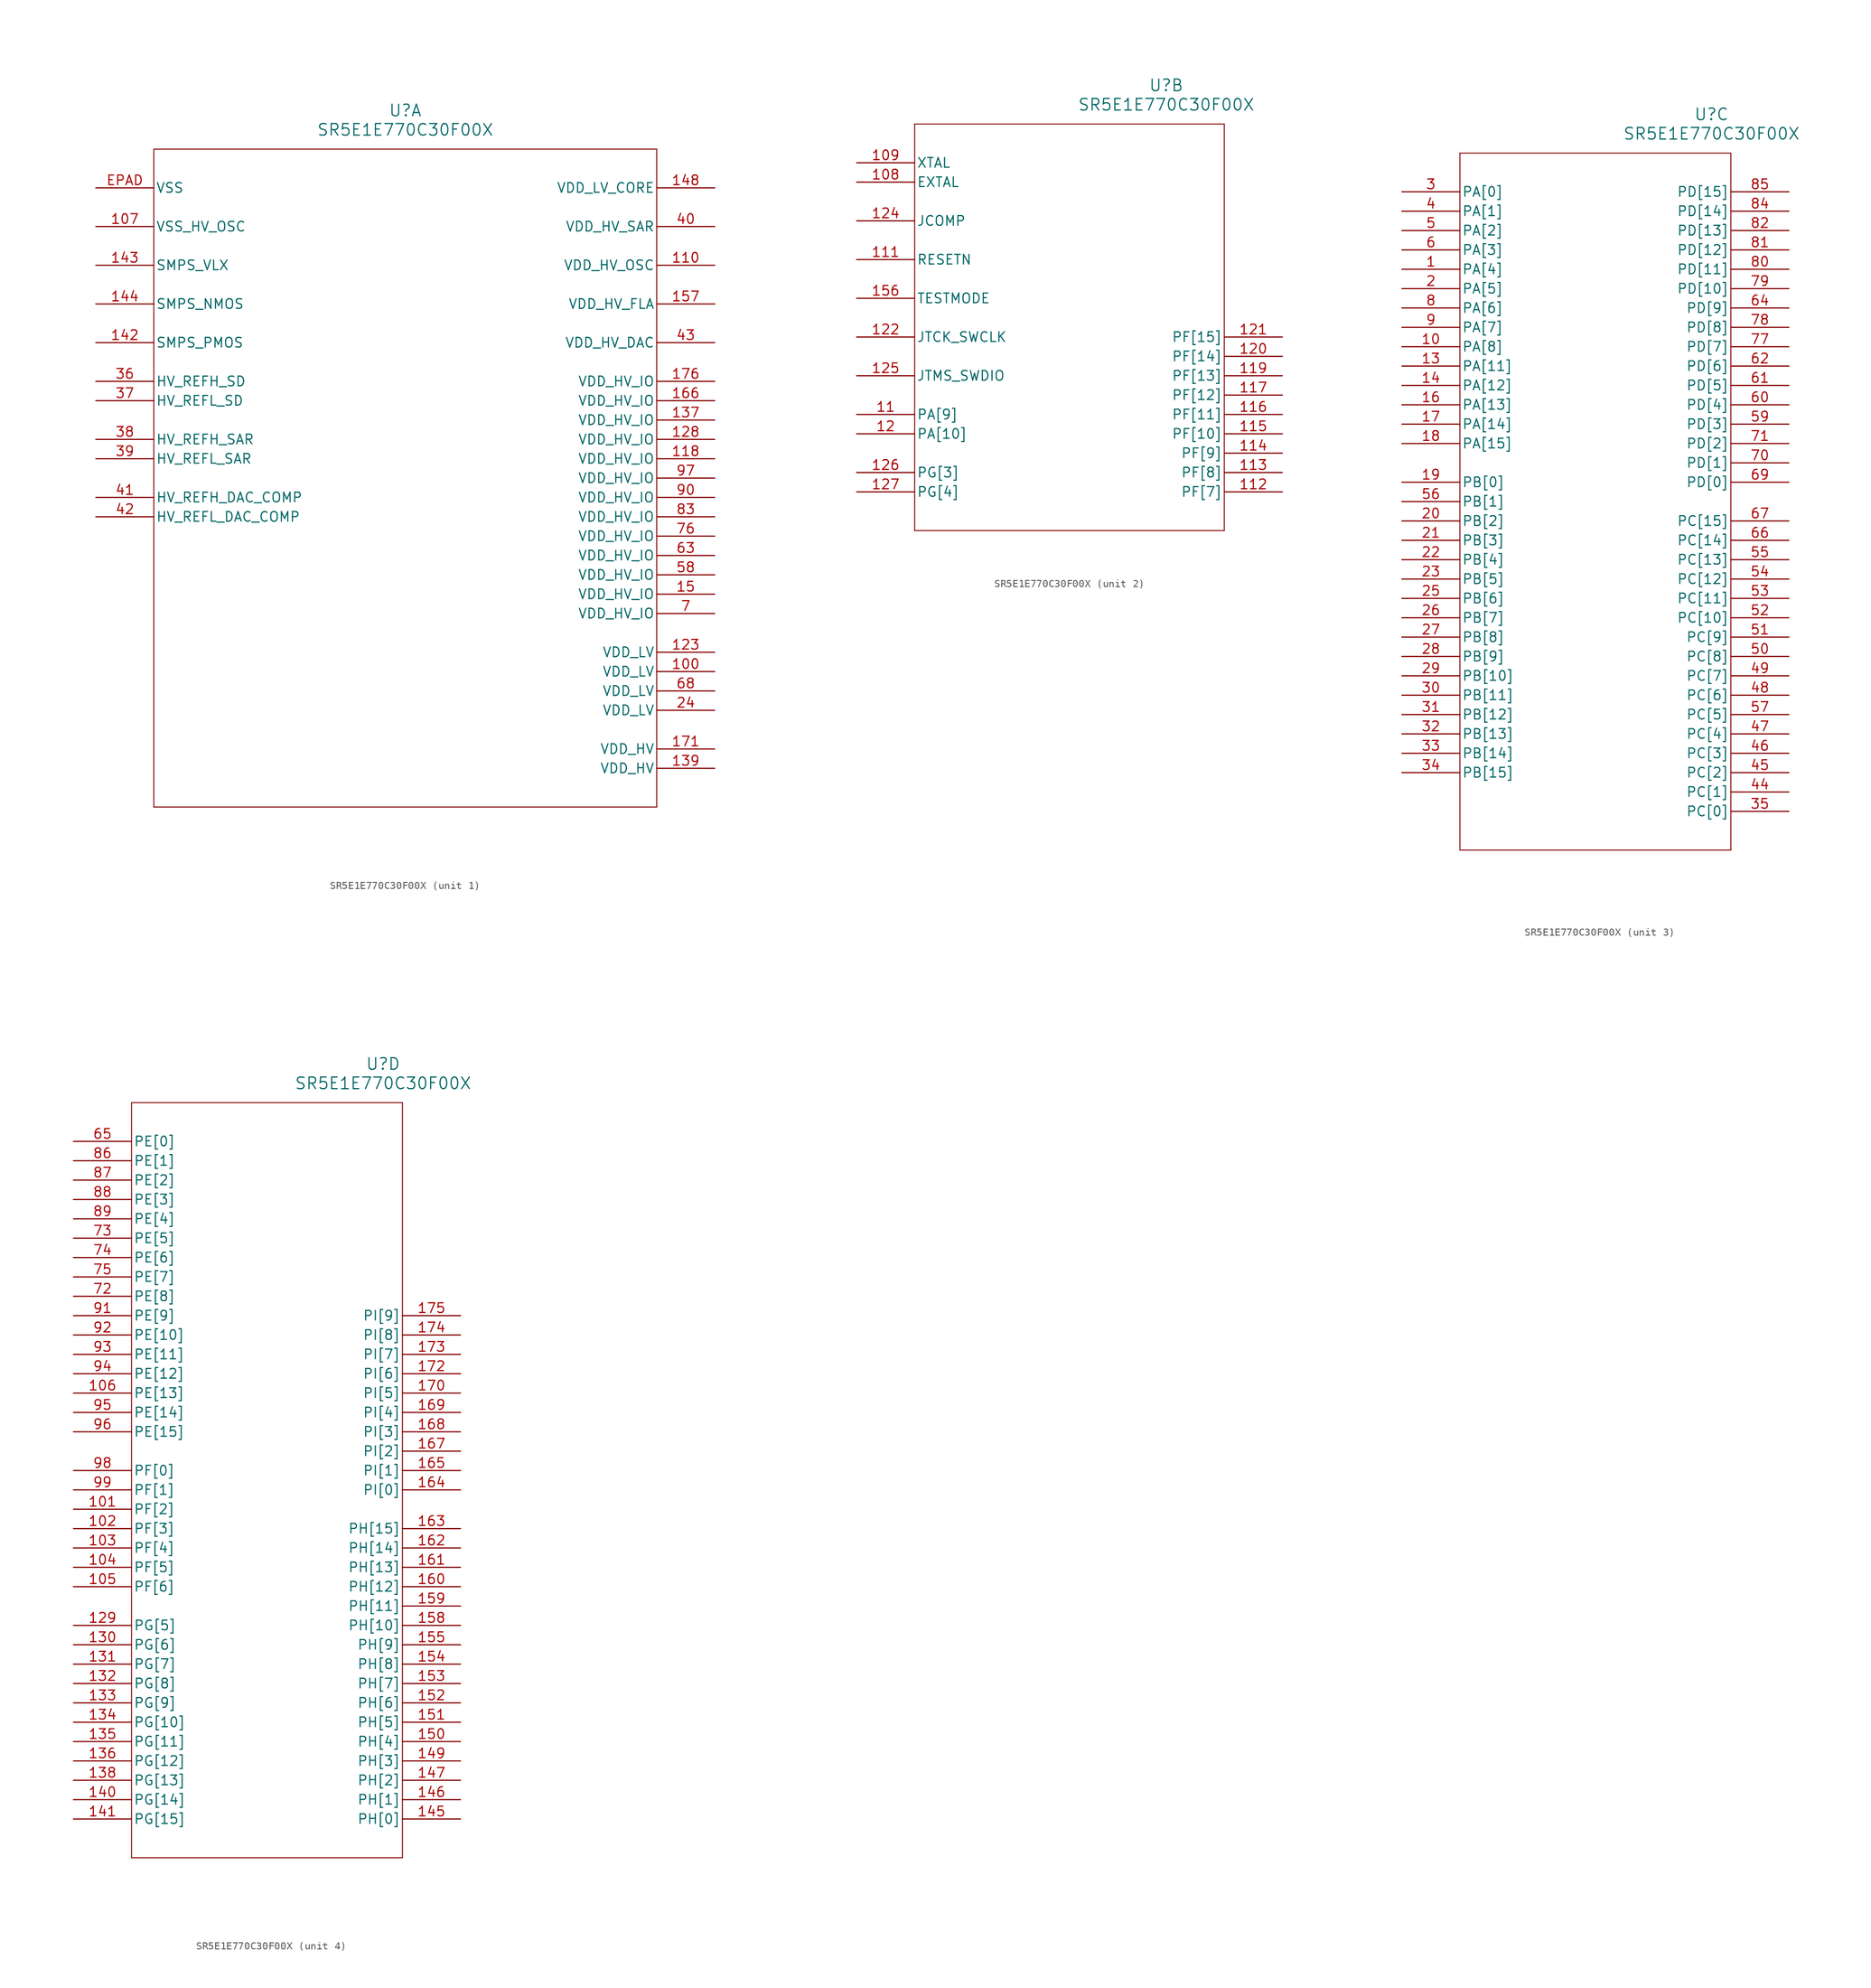
<source format=kicad_sym>
(kicad_symbol_lib
  (version 20211014)
  (generator kicad_symbol_editor)
  (symbol "SR5E1E770C30F00X"
    (pin_names
      (offset 0.254))
    (property "Reference" "U"
      (at 40.64 10.16 0)
      (effects (font (size 1.524 1.524))))
    (property "Value" "SR5E1E770C30F00X"
      (at 40.64 7.62 0)
      (effects (font (size 1.524 1.524))))
    (symbol "SR5E1E770C30F00X_1_1"
      (polyline (pts (xy 7.62 5.08) (xy 7.62 -81.28)) (stroke (width 0.127) (type default) (color 0 0 0 0)) (fill (type none)))
      (polyline (pts (xy 7.62 -81.28) (xy 73.66 -81.28)) (stroke (width 0.127) (type default) (color 0 0 0 0)) (fill (type none)))
      (polyline (pts (xy 73.66 -81.28) (xy 73.66 5.08)) (stroke (width 0.127) (type default) (color 0 0 0 0)) (fill (type none)))
      (polyline (pts (xy 73.66 5.08) (xy 7.62 5.08)) (stroke (width 0.127) (type default) (color 0 0 0 0)) (fill (type none)))
      (pin power_in line (at 81.28 -55.88 180) (length 7.62) (name "VDD_HV_IO" (effects (font (size 1.27 1.27)))) (number "7" (effects (font (size 1.27 1.27)))))
      (pin power_in line (at 81.28 -53.34 180) (length 7.62) (name "VDD_HV_IO" (effects (font (size 1.27 1.27)))) (number "15" (effects (font (size 1.27 1.27)))))
      (pin power_in line (at 81.28 -68.58 180) (length 7.62) (name "VDD_LV" (effects (font (size 1.27 1.27)))) (number "24" (effects (font (size 1.27 1.27)))))
      (pin power_in line (at 0 -25.4 0) (length 7.62) (name "HV_REFH_SD" (effects (font (size 1.27 1.27)))) (number "36" (effects (font (size 1.27 1.27)))))
      (pin power_in line (at 0 -27.94 0) (length 7.62) (name "HV_REFL_SD" (effects (font (size 1.27 1.27)))) (number "37" (effects (font (size 1.27 1.27)))))
      (pin power_in line (at 0 -33.02 0) (length 7.62) (name "HV_REFH_SAR" (effects (font (size 1.27 1.27)))) (number "38" (effects (font (size 1.27 1.27)))))
      (pin power_in line (at 0 -35.56 0) (length 7.62) (name "HV_REFL_SAR" (effects (font (size 1.27 1.27)))) (number "39" (effects (font (size 1.27 1.27)))))
      (pin power_in line (at 81.28 -5.08 180) (length 7.62) (name "VDD_HV_SAR" (effects (font (size 1.27 1.27)))) (number "40" (effects (font (size 1.27 1.27)))))
      (pin power_in line (at 0 -40.64 0) (length 7.62) (name "HV_REFH_DAC_COMP" (effects (font (size 1.27 1.27)))) (number "41" (effects (font (size 1.27 1.27)))))
      (pin power_in line (at 0 -43.18 0) (length 7.62) (name "HV_REFL_DAC_COMP" (effects (font (size 1.27 1.27)))) (number "42" (effects (font (size 1.27 1.27)))))
      (pin power_in line (at 81.28 -20.32 180) (length 7.62) (name "VDD_HV_DAC" (effects (font (size 1.27 1.27)))) (number "43" (effects (font (size 1.27 1.27)))))
      (pin power_in line (at 81.28 -50.8 180) (length 7.62) (name "VDD_HV_IO" (effects (font (size 1.27 1.27)))) (number "58" (effects (font (size 1.27 1.27)))))
      (pin power_in line (at 81.28 -48.26 180) (length 7.62) (name "VDD_HV_IO" (effects (font (size 1.27 1.27)))) (number "63" (effects (font (size 1.27 1.27)))))
      (pin power_in line (at 81.28 -66.04 180) (length 7.62) (name "VDD_LV" (effects (font (size 1.27 1.27)))) (number "68" (effects (font (size 1.27 1.27)))))
      (pin power_in line (at 81.28 -45.72 180) (length 7.62) (name "VDD_HV_IO" (effects (font (size 1.27 1.27)))) (number "76" (effects (font (size 1.27 1.27)))))
      (pin power_in line (at 81.28 -43.18 180) (length 7.62) (name "VDD_HV_IO" (effects (font (size 1.27 1.27)))) (number "83" (effects (font (size 1.27 1.27)))))
      (pin power_in line (at 81.28 -40.64 180) (length 7.62) (name "VDD_HV_IO" (effects (font (size 1.27 1.27)))) (number "90" (effects (font (size 1.27 1.27)))))
      (pin power_in line (at 81.28 -38.1 180) (length 7.62) (name "VDD_HV_IO" (effects (font (size 1.27 1.27)))) (number "97" (effects (font (size 1.27 1.27)))))
      (pin power_in line (at 81.28 -63.5 180) (length 7.62) (name "VDD_LV" (effects (font (size 1.27 1.27)))) (number "100" (effects (font (size 1.27 1.27)))))
      (pin power_in line (at 0 -5.08 0) (length 7.62) (name "VSS_HV_OSC" (effects (font (size 1.27 1.27)))) (number "107" (effects (font (size 1.27 1.27)))))
      (pin power_in line (at 81.28 -10.16 180) (length 7.62) (name "VDD_HV_OSC" (effects (font (size 1.27 1.27)))) (number "110" (effects (font (size 1.27 1.27)))))
      (pin power_in line (at 81.28 -35.56 180) (length 7.62) (name "VDD_HV_IO" (effects (font (size 1.27 1.27)))) (number "118" (effects (font (size 1.27 1.27)))))
      (pin power_in line (at 81.28 -60.96 180) (length 7.62) (name "VDD_LV" (effects (font (size 1.27 1.27)))) (number "123" (effects (font (size 1.27 1.27)))))
      (pin power_in line (at 81.28 -33.02 180) (length 7.62) (name "VDD_HV_IO" (effects (font (size 1.27 1.27)))) (number "128" (effects (font (size 1.27 1.27)))))
      (pin power_in line (at 81.28 -30.48 180) (length 7.62) (name "VDD_HV_IO" (effects (font (size 1.27 1.27)))) (number "137" (effects (font (size 1.27 1.27)))))
      (pin power_in line (at 81.28 -76.2 180) (length 7.62) (name "VDD_HV" (effects (font (size 1.27 1.27)))) (number "139" (effects (font (size 1.27 1.27)))))
      (pin unspecified line (at 0 -20.32 0) (length 7.62) (name "SMPS_PMOS" (effects (font (size 1.27 1.27)))) (number "142" (effects (font (size 1.27 1.27)))))
      (pin unspecified line (at 0 -10.16 0) (length 7.62) (name "SMPS_VLX" (effects (font (size 1.27 1.27)))) (number "143" (effects (font (size 1.27 1.27)))))
      (pin unspecified line (at 0 -15.24 0) (length 7.62) (name "SMPS_NMOS" (effects (font (size 1.27 1.27)))) (number "144" (effects (font (size 1.27 1.27)))))
      (pin power_in line (at 81.28 0 180) (length 7.62) (name "VDD_LV_CORE" (effects (font (size 1.27 1.27)))) (number "148" (effects (font (size 1.27 1.27)))))
      (pin power_in line (at 81.28 -15.24 180) (length 7.62) (name "VDD_HV_FLA" (effects (font (size 1.27 1.27)))) (number "157" (effects (font (size 1.27 1.27)))))
      (pin power_in line (at 81.28 -27.94 180) (length 7.62) (name "VDD_HV_IO" (effects (font (size 1.27 1.27)))) (number "166" (effects (font (size 1.27 1.27)))))
      (pin power_in line (at 81.28 -73.66 180) (length 7.62) (name "VDD_HV" (effects (font (size 1.27 1.27)))) (number "171" (effects (font (size 1.27 1.27)))))
      (pin power_in line (at 81.28 -25.4 180) (length 7.62) (name "VDD_HV_IO" (effects (font (size 1.27 1.27)))) (number "176" (effects (font (size 1.27 1.27)))))
      (pin power_in line (at 0 0 0) (length 7.62) (name "VSS" (effects (font (size 1.27 1.27)))) (number "EPAD" (effects (font (size 1.27 1.27))))))
    (symbol "SR5E1E770C30F00X_2_1"
      (polyline (pts (xy 7.62 5.08) (xy 7.62 -48.26)) (stroke (width 0.127) (type default) (color 0 0 0 0)) (fill (type none)))
      (polyline (pts (xy 7.62 -48.26) (xy 48.26 -48.26)) (stroke (width 0.127) (type default) (color 0 0 0 0)) (fill (type none)))
      (polyline (pts (xy 48.26 -48.26) (xy 48.26 5.08)) (stroke (width 0.127) (type default) (color 0 0 0 0)) (fill (type none)))
      (polyline (pts (xy 48.26 5.08) (xy 7.62 5.08)) (stroke (width 0.127) (type default) (color 0 0 0 0)) (fill (type none)))
      (pin bidirectional line (at 0 -33.02 0) (length 7.62) (name "PA[9]" (effects (font (size 1.27 1.27)))) (number "11" (effects (font (size 1.27 1.27)))))
      (pin bidirectional line (at 0 -35.56 0) (length 7.62) (name "PA[10]" (effects (font (size 1.27 1.27)))) (number "12" (effects (font (size 1.27 1.27)))))
      (pin bidirectional line (at 0 -2.54 0) (length 7.62) (name "EXTAL" (effects (font (size 1.27 1.27)))) (number "108" (effects (font (size 1.27 1.27)))))
      (pin input line (at 0 0 0) (length 7.62) (name "XTAL" (effects (font (size 1.27 1.27)))) (number "109" (effects (font (size 1.27 1.27)))))
      (pin input line (at 0 -12.7 0) (length 7.62) (name "RESETN" (effects (font (size 1.27 1.27)))) (number "111" (effects (font (size 1.27 1.27)))))
      (pin bidirectional line (at 55.88 -43.18 180) (length 7.62) (name "PF[7]" (effects (font (size 1.27 1.27)))) (number "112" (effects (font (size 1.27 1.27)))))
      (pin bidirectional line (at 55.88 -40.64 180) (length 7.62) (name "PF[8]" (effects (font (size 1.27 1.27)))) (number "113" (effects (font (size 1.27 1.27)))))
      (pin bidirectional line (at 55.88 -38.1 180) (length 7.62) (name "PF[9]" (effects (font (size 1.27 1.27)))) (number "114" (effects (font (size 1.27 1.27)))))
      (pin bidirectional line (at 55.88 -35.56 180) (length 7.62) (name "PF[10]" (effects (font (size 1.27 1.27)))) (number "115" (effects (font (size 1.27 1.27)))))
      (pin bidirectional line (at 55.88 -33.02 180) (length 7.62) (name "PF[11]" (effects (font (size 1.27 1.27)))) (number "116" (effects (font (size 1.27 1.27)))))
      (pin bidirectional line (at 55.88 -30.48 180) (length 7.62) (name "PF[12]" (effects (font (size 1.27 1.27)))) (number "117" (effects (font (size 1.27 1.27)))))
      (pin bidirectional line (at 55.88 -27.94 180) (length 7.62) (name "PF[13]" (effects (font (size 1.27 1.27)))) (number "119" (effects (font (size 1.27 1.27)))))
      (pin bidirectional line (at 55.88 -25.4 180) (length 7.62) (name "PF[14]" (effects (font (size 1.27 1.27)))) (number "120" (effects (font (size 1.27 1.27)))))
      (pin bidirectional line (at 55.88 -22.86 180) (length 7.62) (name "PF[15]" (effects (font (size 1.27 1.27)))) (number "121" (effects (font (size 1.27 1.27)))))
      (pin bidirectional line (at 0 -22.86 0) (length 7.62) (name "JTCK_SWCLK" (effects (font (size 1.27 1.27)))) (number "122" (effects (font (size 1.27 1.27)))))
      (pin bidirectional line (at 0 -7.62 0) (length 7.62) (name "JCOMP" (effects (font (size 1.27 1.27)))) (number "124" (effects (font (size 1.27 1.27)))))
      (pin bidirectional line (at 0 -27.94 0) (length 7.62) (name "JTMS_SWDIO" (effects (font (size 1.27 1.27)))) (number "125" (effects (font (size 1.27 1.27)))))
      (pin bidirectional line (at 0 -40.64 0) (length 7.62) (name "PG[3]" (effects (font (size 1.27 1.27)))) (number "126" (effects (font (size 1.27 1.27)))))
      (pin bidirectional line (at 0 -43.18 0) (length 7.62) (name "PG[4]" (effects (font (size 1.27 1.27)))) (number "127" (effects (font (size 1.27 1.27)))))
      (pin unspecified line (at 0 -17.78 0) (length 7.62) (name "TESTMODE" (effects (font (size 1.27 1.27)))) (number "156" (effects (font (size 1.27 1.27))))))
    (symbol "SR5E1E770C30F00X_3_1"
      (polyline (pts (xy 7.62 5.08) (xy 7.62 -86.36)) (stroke (width 0.127) (type default) (color 0 0 0 0)) (fill (type none)))
      (polyline (pts (xy 7.62 -86.36) (xy 43.18 -86.36)) (stroke (width 0.127) (type default) (color 0 0 0 0)) (fill (type none)))
      (polyline (pts (xy 43.18 -86.36) (xy 43.18 5.08)) (stroke (width 0.127) (type default) (color 0 0 0 0)) (fill (type none)))
      (polyline (pts (xy 43.18 5.08) (xy 7.62 5.08)) (stroke (width 0.127) (type default) (color 0 0 0 0)) (fill (type none)))
      (pin bidirectional line (at 0 -10.16 0) (length 7.62) (name "PA[4]" (effects (font (size 1.27 1.27)))) (number "1" (effects (font (size 1.27 1.27)))))
      (pin bidirectional line (at 0 -12.7 0) (length 7.62) (name "PA[5]" (effects (font (size 1.27 1.27)))) (number "2" (effects (font (size 1.27 1.27)))))
      (pin bidirectional line (at 0 0 0) (length 7.62) (name "PA[0]" (effects (font (size 1.27 1.27)))) (number "3" (effects (font (size 1.27 1.27)))))
      (pin bidirectional line (at 0 -2.54 0) (length 7.62) (name "PA[1]" (effects (font (size 1.27 1.27)))) (number "4" (effects (font (size 1.27 1.27)))))
      (pin bidirectional line (at 0 -5.08 0) (length 7.62) (name "PA[2]" (effects (font (size 1.27 1.27)))) (number "5" (effects (font (size 1.27 1.27)))))
      (pin bidirectional line (at 0 -7.62 0) (length 7.62) (name "PA[3]" (effects (font (size 1.27 1.27)))) (number "6" (effects (font (size 1.27 1.27)))))
      (pin bidirectional line (at 0 -15.24 0) (length 7.62) (name "PA[6]" (effects (font (size 1.27 1.27)))) (number "8" (effects (font (size 1.27 1.27)))))
      (pin bidirectional line (at 0 -17.78 0) (length 7.62) (name "PA[7]" (effects (font (size 1.27 1.27)))) (number "9" (effects (font (size 1.27 1.27)))))
      (pin bidirectional line (at 0 -20.32 0) (length 7.62) (name "PA[8]" (effects (font (size 1.27 1.27)))) (number "10" (effects (font (size 1.27 1.27)))))
      (pin bidirectional line (at 0 -22.86 0) (length 7.62) (name "PA[11]" (effects (font (size 1.27 1.27)))) (number "13" (effects (font (size 1.27 1.27)))))
      (pin bidirectional line (at 0 -25.4 0) (length 7.62) (name "PA[12]" (effects (font (size 1.27 1.27)))) (number "14" (effects (font (size 1.27 1.27)))))
      (pin bidirectional line (at 0 -27.94 0) (length 7.62) (name "PA[13]" (effects (font (size 1.27 1.27)))) (number "16" (effects (font (size 1.27 1.27)))))
      (pin bidirectional line (at 0 -30.48 0) (length 7.62) (name "PA[14]" (effects (font (size 1.27 1.27)))) (number "17" (effects (font (size 1.27 1.27)))))
      (pin bidirectional line (at 0 -33.02 0) (length 7.62) (name "PA[15]" (effects (font (size 1.27 1.27)))) (number "18" (effects (font (size 1.27 1.27)))))
      (pin bidirectional line (at 0 -38.1 0) (length 7.62) (name "PB[0]" (effects (font (size 1.27 1.27)))) (number "19" (effects (font (size 1.27 1.27)))))
      (pin input line (at 0 -43.18 0) (length 7.62) (name "PB[2]" (effects (font (size 1.27 1.27)))) (number "20" (effects (font (size 1.27 1.27)))))
      (pin input line (at 0 -45.72 0) (length 7.62) (name "PB[3]" (effects (font (size 1.27 1.27)))) (number "21" (effects (font (size 1.27 1.27)))))
      (pin input line (at 0 -48.26 0) (length 7.62) (name "PB[4]" (effects (font (size 1.27 1.27)))) (number "22" (effects (font (size 1.27 1.27)))))
      (pin input line (at 0 -50.8 0) (length 7.62) (name "PB[5]" (effects (font (size 1.27 1.27)))) (number "23" (effects (font (size 1.27 1.27)))))
      (pin input line (at 0 -53.34 0) (length 7.62) (name "PB[6]" (effects (font (size 1.27 1.27)))) (number "25" (effects (font (size 1.27 1.27)))))
      (pin input line (at 0 -55.88 0) (length 7.62) (name "PB[7]" (effects (font (size 1.27 1.27)))) (number "26" (effects (font (size 1.27 1.27)))))
      (pin input line (at 0 -58.42 0) (length 7.62) (name "PB[8]" (effects (font (size 1.27 1.27)))) (number "27" (effects (font (size 1.27 1.27)))))
      (pin input line (at 0 -60.96 0) (length 7.62) (name "PB[9]" (effects (font (size 1.27 1.27)))) (number "28" (effects (font (size 1.27 1.27)))))
      (pin input line (at 0 -63.5 0) (length 7.62) (name "PB[10]" (effects (font (size 1.27 1.27)))) (number "29" (effects (font (size 1.27 1.27)))))
      (pin input line (at 0 -66.04 0) (length 7.62) (name "PB[11]" (effects (font (size 1.27 1.27)))) (number "30" (effects (font (size 1.27 1.27)))))
      (pin input line (at 0 -68.58 0) (length 7.62) (name "PB[12]" (effects (font (size 1.27 1.27)))) (number "31" (effects (font (size 1.27 1.27)))))
      (pin input line (at 0 -71.12 0) (length 7.62) (name "PB[13]" (effects (font (size 1.27 1.27)))) (number "32" (effects (font (size 1.27 1.27)))))
      (pin input line (at 0 -73.66 0) (length 7.62) (name "PB[14]" (effects (font (size 1.27 1.27)))) (number "33" (effects (font (size 1.27 1.27)))))
      (pin input line (at 0 -76.2 0) (length 7.62) (name "PB[15]" (effects (font (size 1.27 1.27)))) (number "34" (effects (font (size 1.27 1.27)))))
      (pin input line (at 50.8 -81.28 180) (length 7.62) (name "PC[0]" (effects (font (size 1.27 1.27)))) (number "35" (effects (font (size 1.27 1.27)))))
      (pin input line (at 50.8 -78.74 180) (length 7.62) (name "PC[1]" (effects (font (size 1.27 1.27)))) (number "44" (effects (font (size 1.27 1.27)))))
      (pin input line (at 50.8 -76.2 180) (length 7.62) (name "PC[2]" (effects (font (size 1.27 1.27)))) (number "45" (effects (font (size 1.27 1.27)))))
      (pin input line (at 50.8 -73.66 180) (length 7.62) (name "PC[3]" (effects (font (size 1.27 1.27)))) (number "46" (effects (font (size 1.27 1.27)))))
      (pin input line (at 50.8 -71.12 180) (length 7.62) (name "PC[4]" (effects (font (size 1.27 1.27)))) (number "47" (effects (font (size 1.27 1.27)))))
      (pin input line (at 50.8 -66.04 180) (length 7.62) (name "PC[6]" (effects (font (size 1.27 1.27)))) (number "48" (effects (font (size 1.27 1.27)))))
      (pin input line (at 50.8 -63.5 180) (length 7.62) (name "PC[7]" (effects (font (size 1.27 1.27)))) (number "49" (effects (font (size 1.27 1.27)))))
      (pin input line (at 50.8 -60.96 180) (length 7.62) (name "PC[8]" (effects (font (size 1.27 1.27)))) (number "50" (effects (font (size 1.27 1.27)))))
      (pin input line (at 50.8 -58.42 180) (length 7.62) (name "PC[9]" (effects (font (size 1.27 1.27)))) (number "51" (effects (font (size 1.27 1.27)))))
      (pin input line (at 50.8 -55.88 180) (length 7.62) (name "PC[10]" (effects (font (size 1.27 1.27)))) (number "52" (effects (font (size 1.27 1.27)))))
      (pin input line (at 50.8 -53.34 180) (length 7.62) (name "PC[11]" (effects (font (size 1.27 1.27)))) (number "53" (effects (font (size 1.27 1.27)))))
      (pin input line (at 50.8 -50.8 180) (length 7.62) (name "PC[12]" (effects (font (size 1.27 1.27)))) (number "54" (effects (font (size 1.27 1.27)))))
      (pin input line (at 50.8 -48.26 180) (length 7.62) (name "PC[13]" (effects (font (size 1.27 1.27)))) (number "55" (effects (font (size 1.27 1.27)))))
      (pin bidirectional line (at 0 -40.64 0) (length 7.62) (name "PB[1]" (effects (font (size 1.27 1.27)))) (number "56" (effects (font (size 1.27 1.27)))))
      (pin bidirectional line (at 50.8 -68.58 180) (length 7.62) (name "PC[5]" (effects (font (size 1.27 1.27)))) (number "57" (effects (font (size 1.27 1.27)))))
      (pin bidirectional line (at 50.8 -30.48 180) (length 7.62) (name "PD[3]" (effects (font (size 1.27 1.27)))) (number "59" (effects (font (size 1.27 1.27)))))
      (pin bidirectional line (at 50.8 -27.94 180) (length 7.62) (name "PD[4]" (effects (font (size 1.27 1.27)))) (number "60" (effects (font (size 1.27 1.27)))))
      (pin bidirectional line (at 50.8 -25.4 180) (length 7.62) (name "PD[5]" (effects (font (size 1.27 1.27)))) (number "61" (effects (font (size 1.27 1.27)))))
      (pin bidirectional line (at 50.8 -22.86 180) (length 7.62) (name "PD[6]" (effects (font (size 1.27 1.27)))) (number "62" (effects (font (size 1.27 1.27)))))
      (pin bidirectional line (at 50.8 -15.24 180) (length 7.62) (name "PD[9]" (effects (font (size 1.27 1.27)))) (number "64" (effects (font (size 1.27 1.27)))))
      (pin bidirectional line (at 50.8 -45.72 180) (length 7.62) (name "PC[14]" (effects (font (size 1.27 1.27)))) (number "66" (effects (font (size 1.27 1.27)))))
      (pin bidirectional line (at 50.8 -43.18 180) (length 7.62) (name "PC[15]" (effects (font (size 1.27 1.27)))) (number "67" (effects (font (size 1.27 1.27)))))
      (pin bidirectional line (at 50.8 -38.1 180) (length 7.62) (name "PD[0]" (effects (font (size 1.27 1.27)))) (number "69" (effects (font (size 1.27 1.27)))))
      (pin bidirectional line (at 50.8 -35.56 180) (length 7.62) (name "PD[1]" (effects (font (size 1.27 1.27)))) (number "70" (effects (font (size 1.27 1.27)))))
      (pin bidirectional line (at 50.8 -33.02 180) (length 7.62) (name "PD[2]" (effects (font (size 1.27 1.27)))) (number "71" (effects (font (size 1.27 1.27)))))
      (pin bidirectional line (at 50.8 -20.32 180) (length 7.62) (name "PD[7]" (effects (font (size 1.27 1.27)))) (number "77" (effects (font (size 1.27 1.27)))))
      (pin bidirectional line (at 50.8 -17.78 180) (length 7.62) (name "PD[8]" (effects (font (size 1.27 1.27)))) (number "78" (effects (font (size 1.27 1.27)))))
      (pin bidirectional line (at 50.8 -12.7 180) (length 7.62) (name "PD[10]" (effects (font (size 1.27 1.27)))) (number "79" (effects (font (size 1.27 1.27)))))
      (pin bidirectional line (at 50.8 -10.16 180) (length 7.62) (name "PD[11]" (effects (font (size 1.27 1.27)))) (number "80" (effects (font (size 1.27 1.27)))))
      (pin bidirectional line (at 50.8 -7.62 180) (length 7.62) (name "PD[12]" (effects (font (size 1.27 1.27)))) (number "81" (effects (font (size 1.27 1.27)))))
      (pin bidirectional line (at 50.8 -5.08 180) (length 7.62) (name "PD[13]" (effects (font (size 1.27 1.27)))) (number "82" (effects (font (size 1.27 1.27)))))
      (pin bidirectional line (at 50.8 -2.54 180) (length 7.62) (name "PD[14]" (effects (font (size 1.27 1.27)))) (number "84" (effects (font (size 1.27 1.27)))))
      (pin bidirectional line (at 50.8 0 180) (length 7.62) (name "PD[15]" (effects (font (size 1.27 1.27)))) (number "85" (effects (font (size 1.27 1.27))))))
    (symbol "SR5E1E770C30F00X_4_1"
      (polyline (pts (xy 7.62 5.08) (xy 7.62 -93.98)) (stroke (width 0.127) (type default) (color 0 0 0 0)) (fill (type none)))
      (polyline (pts (xy 7.62 -93.98) (xy 43.18 -93.98)) (stroke (width 0.127) (type default) (color 0 0 0 0)) (fill (type none)))
      (polyline (pts (xy 43.18 -93.98) (xy 43.18 5.08)) (stroke (width 0.127) (type default) (color 0 0 0 0)) (fill (type none)))
      (polyline (pts (xy 43.18 5.08) (xy 7.62 5.08)) (stroke (width 0.127) (type default) (color 0 0 0 0)) (fill (type none)))
      (pin bidirectional line (at 0 0 0) (length 7.62) (name "PE[0]" (effects (font (size 1.27 1.27)))) (number "65" (effects (font (size 1.27 1.27)))))
      (pin bidirectional line (at 0 -20.32 0) (length 7.62) (name "PE[8]" (effects (font (size 1.27 1.27)))) (number "72" (effects (font (size 1.27 1.27)))))
      (pin bidirectional line (at 0 -12.7 0) (length 7.62) (name "PE[5]" (effects (font (size 1.27 1.27)))) (number "73" (effects (font (size 1.27 1.27)))))
      (pin bidirectional line (at 0 -15.24 0) (length 7.62) (name "PE[6]" (effects (font (size 1.27 1.27)))) (number "74" (effects (font (size 1.27 1.27)))))
      (pin bidirectional line (at 0 -17.78 0) (length 7.62) (name "PE[7]" (effects (font (size 1.27 1.27)))) (number "75" (effects (font (size 1.27 1.27)))))
      (pin bidirectional line (at 0 -2.54 0) (length 7.62) (name "PE[1]" (effects (font (size 1.27 1.27)))) (number "86" (effects (font (size 1.27 1.27)))))
      (pin bidirectional line (at 0 -5.08 0) (length 7.62) (name "PE[2]" (effects (font (size 1.27 1.27)))) (number "87" (effects (font (size 1.27 1.27)))))
      (pin bidirectional line (at 0 -7.62 0) (length 7.62) (name "PE[3]" (effects (font (size 1.27 1.27)))) (number "88" (effects (font (size 1.27 1.27)))))
      (pin bidirectional line (at 0 -10.16 0) (length 7.62) (name "PE[4]" (effects (font (size 1.27 1.27)))) (number "89" (effects (font (size 1.27 1.27)))))
      (pin bidirectional line (at 0 -22.86 0) (length 7.62) (name "PE[9]" (effects (font (size 1.27 1.27)))) (number "91" (effects (font (size 1.27 1.27)))))
      (pin bidirectional line (at 0 -25.4 0) (length 7.62) (name "PE[10]" (effects (font (size 1.27 1.27)))) (number "92" (effects (font (size 1.27 1.27)))))
      (pin bidirectional line (at 0 -27.94 0) (length 7.62) (name "PE[11]" (effects (font (size 1.27 1.27)))) (number "93" (effects (font (size 1.27 1.27)))))
      (pin bidirectional line (at 0 -30.48 0) (length 7.62) (name "PE[12]" (effects (font (size 1.27 1.27)))) (number "94" (effects (font (size 1.27 1.27)))))
      (pin bidirectional line (at 0 -35.56 0) (length 7.62) (name "PE[14]" (effects (font (size 1.27 1.27)))) (number "95" (effects (font (size 1.27 1.27)))))
      (pin bidirectional line (at 0 -38.1 0) (length 7.62) (name "PE[15]" (effects (font (size 1.27 1.27)))) (number "96" (effects (font (size 1.27 1.27)))))
      (pin bidirectional line (at 0 -43.18 0) (length 7.62) (name "PF[0]" (effects (font (size 1.27 1.27)))) (number "98" (effects (font (size 1.27 1.27)))))
      (pin bidirectional line (at 0 -45.72 0) (length 7.62) (name "PF[1]" (effects (font (size 1.27 1.27)))) (number "99" (effects (font (size 1.27 1.27)))))
      (pin bidirectional line (at 0 -48.26 0) (length 7.62) (name "PF[2]" (effects (font (size 1.27 1.27)))) (number "101" (effects (font (size 1.27 1.27)))))
      (pin bidirectional line (at 0 -50.8 0) (length 7.62) (name "PF[3]" (effects (font (size 1.27 1.27)))) (number "102" (effects (font (size 1.27 1.27)))))
      (pin bidirectional line (at 0 -53.34 0) (length 7.62) (name "PF[4]" (effects (font (size 1.27 1.27)))) (number "103" (effects (font (size 1.27 1.27)))))
      (pin bidirectional line (at 0 -55.88 0) (length 7.62) (name "PF[5]" (effects (font (size 1.27 1.27)))) (number "104" (effects (font (size 1.27 1.27)))))
      (pin bidirectional line (at 0 -58.42 0) (length 7.62) (name "PF[6]" (effects (font (size 1.27 1.27)))) (number "105" (effects (font (size 1.27 1.27)))))
      (pin bidirectional line (at 0 -33.02 0) (length 7.62) (name "PE[13]" (effects (font (size 1.27 1.27)))) (number "106" (effects (font (size 1.27 1.27)))))
      (pin bidirectional line (at 0 -63.5 0) (length 7.62) (name "PG[5]" (effects (font (size 1.27 1.27)))) (number "129" (effects (font (size 1.27 1.27)))))
      (pin bidirectional line (at 0 -66.04 0) (length 7.62) (name "PG[6]" (effects (font (size 1.27 1.27)))) (number "130" (effects (font (size 1.27 1.27)))))
      (pin bidirectional line (at 0 -68.58 0) (length 7.62) (name "PG[7]" (effects (font (size 1.27 1.27)))) (number "131" (effects (font (size 1.27 1.27)))))
      (pin bidirectional line (at 0 -71.12 0) (length 7.62) (name "PG[8]" (effects (font (size 1.27 1.27)))) (number "132" (effects (font (size 1.27 1.27)))))
      (pin bidirectional line (at 0 -73.66 0) (length 7.62) (name "PG[9]" (effects (font (size 1.27 1.27)))) (number "133" (effects (font (size 1.27 1.27)))))
      (pin bidirectional line (at 0 -76.2 0) (length 7.62) (name "PG[10]" (effects (font (size 1.27 1.27)))) (number "134" (effects (font (size 1.27 1.27)))))
      (pin bidirectional line (at 0 -78.74 0) (length 7.62) (name "PG[11]" (effects (font (size 1.27 1.27)))) (number "135" (effects (font (size 1.27 1.27)))))
      (pin bidirectional line (at 0 -81.28 0) (length 7.62) (name "PG[12]" (effects (font (size 1.27 1.27)))) (number "136" (effects (font (size 1.27 1.27)))))
      (pin bidirectional line (at 0 -83.82 0) (length 7.62) (name "PG[13]" (effects (font (size 1.27 1.27)))) (number "138" (effects (font (size 1.27 1.27)))))
      (pin bidirectional line (at 0 -86.36 0) (length 7.62) (name "PG[14]" (effects (font (size 1.27 1.27)))) (number "140" (effects (font (size 1.27 1.27)))))
      (pin bidirectional line (at 0 -88.9 0) (length 7.62) (name "PG[15]" (effects (font (size 1.27 1.27)))) (number "141" (effects (font (size 1.27 1.27)))))
      (pin bidirectional line (at 50.8 -88.9 180) (length 7.62) (name "PH[0]" (effects (font (size 1.27 1.27)))) (number "145" (effects (font (size 1.27 1.27)))))
      (pin bidirectional line (at 50.8 -86.36 180) (length 7.62) (name "PH[1]" (effects (font (size 1.27 1.27)))) (number "146" (effects (font (size 1.27 1.27)))))
      (pin bidirectional line (at 50.8 -83.82 180) (length 7.62) (name "PH[2]" (effects (font (size 1.27 1.27)))) (number "147" (effects (font (size 1.27 1.27)))))
      (pin bidirectional line (at 50.8 -81.28 180) (length 7.62) (name "PH[3]" (effects (font (size 1.27 1.27)))) (number "149" (effects (font (size 1.27 1.27)))))
      (pin bidirectional line (at 50.8 -78.74 180) (length 7.62) (name "PH[4]" (effects (font (size 1.27 1.27)))) (number "150" (effects (font (size 1.27 1.27)))))
      (pin bidirectional line (at 50.8 -76.2 180) (length 7.62) (name "PH[5]" (effects (font (size 1.27 1.27)))) (number "151" (effects (font (size 1.27 1.27)))))
      (pin bidirectional line (at 50.8 -73.66 180) (length 7.62) (name "PH[6]" (effects (font (size 1.27 1.27)))) (number "152" (effects (font (size 1.27 1.27)))))
      (pin bidirectional line (at 50.8 -71.12 180) (length 7.62) (name "PH[7]" (effects (font (size 1.27 1.27)))) (number "153" (effects (font (size 1.27 1.27)))))
      (pin bidirectional line (at 50.8 -68.58 180) (length 7.62) (name "PH[8]" (effects (font (size 1.27 1.27)))) (number "154" (effects (font (size 1.27 1.27)))))
      (pin bidirectional line (at 50.8 -66.04 180) (length 7.62) (name "PH[9]" (effects (font (size 1.27 1.27)))) (number "155" (effects (font (size 1.27 1.27)))))
      (pin bidirectional line (at 50.8 -63.5 180) (length 7.62) (name "PH[10]" (effects (font (size 1.27 1.27)))) (number "158" (effects (font (size 1.27 1.27)))))
      (pin bidirectional line (at 50.8 -60.96 180) (length 7.62) (name "PH[11]" (effects (font (size 1.27 1.27)))) (number "159" (effects (font (size 1.27 1.27)))))
      (pin bidirectional line (at 50.8 -58.42 180) (length 7.62) (name "PH[12]" (effects (font (size 1.27 1.27)))) (number "160" (effects (font (size 1.27 1.27)))))
      (pin bidirectional line (at 50.8 -55.88 180) (length 7.62) (name "PH[13]" (effects (font (size 1.27 1.27)))) (number "161" (effects (font (size 1.27 1.27)))))
      (pin bidirectional line (at 50.8 -53.34 180) (length 7.62) (name "PH[14]" (effects (font (size 1.27 1.27)))) (number "162" (effects (font (size 1.27 1.27)))))
      (pin bidirectional line (at 50.8 -50.8 180) (length 7.62) (name "PH[15]" (effects (font (size 1.27 1.27)))) (number "163" (effects (font (size 1.27 1.27)))))
      (pin bidirectional line (at 50.8 -45.72 180) (length 7.62) (name "PI[0]" (effects (font (size 1.27 1.27)))) (number "164" (effects (font (size 1.27 1.27)))))
      (pin bidirectional line (at 50.8 -43.18 180) (length 7.62) (name "PI[1]" (effects (font (size 1.27 1.27)))) (number "165" (effects (font (size 1.27 1.27)))))
      (pin bidirectional line (at 50.8 -40.64 180) (length 7.62) (name "PI[2]" (effects (font (size 1.27 1.27)))) (number "167" (effects (font (size 1.27 1.27)))))
      (pin bidirectional line (at 50.8 -38.1 180) (length 7.62) (name "PI[3]" (effects (font (size 1.27 1.27)))) (number "168" (effects (font (size 1.27 1.27)))))
      (pin bidirectional line (at 50.8 -35.56 180) (length 7.62) (name "PI[4]" (effects (font (size 1.27 1.27)))) (number "169" (effects (font (size 1.27 1.27)))))
      (pin bidirectional line (at 50.8 -33.02 180) (length 7.62) (name "PI[5]" (effects (font (size 1.27 1.27)))) (number "170" (effects (font (size 1.27 1.27)))))
      (pin bidirectional line (at 50.8 -30.48 180) (length 7.62) (name "PI[6]" (effects (font (size 1.27 1.27)))) (number "172" (effects (font (size 1.27 1.27)))))
      (pin bidirectional line (at 50.8 -27.94 180) (length 7.62) (name "PI[7]" (effects (font (size 1.27 1.27)))) (number "173" (effects (font (size 1.27 1.27)))))
      (pin bidirectional line (at 50.8 -25.4 180) (length 7.62) (name "PI[8]" (effects (font (size 1.27 1.27)))) (number "174" (effects (font (size 1.27 1.27)))))
      (pin bidirectional line (at 50.8 -22.86 180) (length 7.62) (name "PI[9]" (effects (font (size 1.27 1.27)))) (number "175" (effects (font (size 1.27 1.27))))))))
</source>
